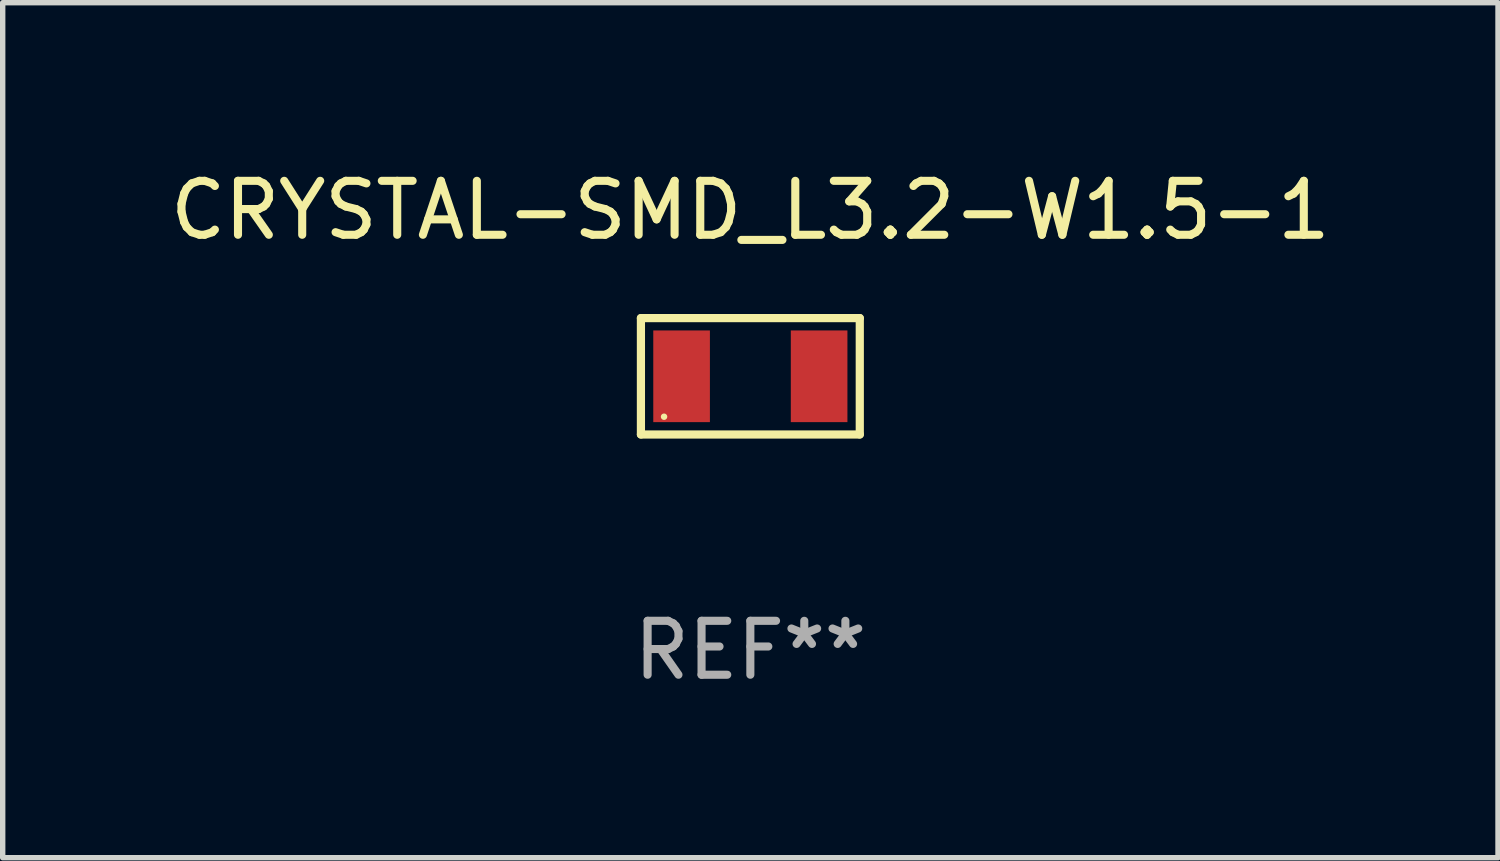
<source format=kicad_pcb>
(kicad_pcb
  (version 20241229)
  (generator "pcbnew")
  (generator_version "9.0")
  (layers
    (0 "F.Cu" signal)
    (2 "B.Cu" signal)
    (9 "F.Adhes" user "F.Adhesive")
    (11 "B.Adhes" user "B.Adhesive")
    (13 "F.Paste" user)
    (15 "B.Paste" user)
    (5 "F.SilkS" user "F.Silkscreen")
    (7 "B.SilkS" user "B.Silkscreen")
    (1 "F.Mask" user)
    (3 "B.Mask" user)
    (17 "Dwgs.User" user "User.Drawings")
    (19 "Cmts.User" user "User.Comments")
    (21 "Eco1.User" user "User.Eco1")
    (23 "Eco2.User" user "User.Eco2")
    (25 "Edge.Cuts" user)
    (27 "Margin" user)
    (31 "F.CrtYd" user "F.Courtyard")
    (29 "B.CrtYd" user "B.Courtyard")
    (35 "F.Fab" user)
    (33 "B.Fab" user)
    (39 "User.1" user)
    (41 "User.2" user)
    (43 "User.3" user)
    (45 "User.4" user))
  (footprint "CRYSTAL-SMD_L3.2-W1.5-1"
    (layer "F.Cu")
    (at 10.863 3.927)
    (property "Reference" "CRYSTAL-SMD_L3.2-W1.5-1" (at 0 -3.079 0) (layer "F.SilkS") (effects (font (size 1 1) (thickness 0.15))))
    (attr smd)
    (fp_line (start -2.029 -1.079) (end 2.029 -1.079) (stroke (width 0.152) (type solid)) (layer "F.SilkS"))
    (fp_line (start -2.029 1.079) (end -2.029 -1.079) (stroke (width 0.152) (type solid)) (layer "F.SilkS"))
    (fp_line (start 2.029 -1.079) (end 2.029 1.079) (stroke (width 0.152) (type solid)) (layer "F.SilkS"))
    (fp_line (start 2.029 1.079) (end -2.029 1.079) (stroke (width 0.152) (type solid)) (layer "F.SilkS"))
    (fp_circle (center -1.6 0.75) (end -1.57 0.75) (stroke (width 0.06) (type solid)) (fill no) (layer "F.SilkS"))
    (fp_text user "REF**" (at 0 5.079 0) (layer "F.Fab") (effects (font (size 1 1) (thickness 0.15))))
    (pad "1" smd rect (at -1.275 0.000127) (size 1.05 1.7) (layers "F.Cu" "F.Mask" "F.Paste"))
    (pad "2" smd rect (at 1.275 0.000127) (size 1.05 1.7) (layers "F.Cu" "F.Mask" "F.Paste")))
  (gr_rect
    (start -3 -3)
    (end 24.726 12.854)
    (stroke (width 0.1) (type default))
    (fill no)
    (layer "Edge.Cuts")))
</source>
